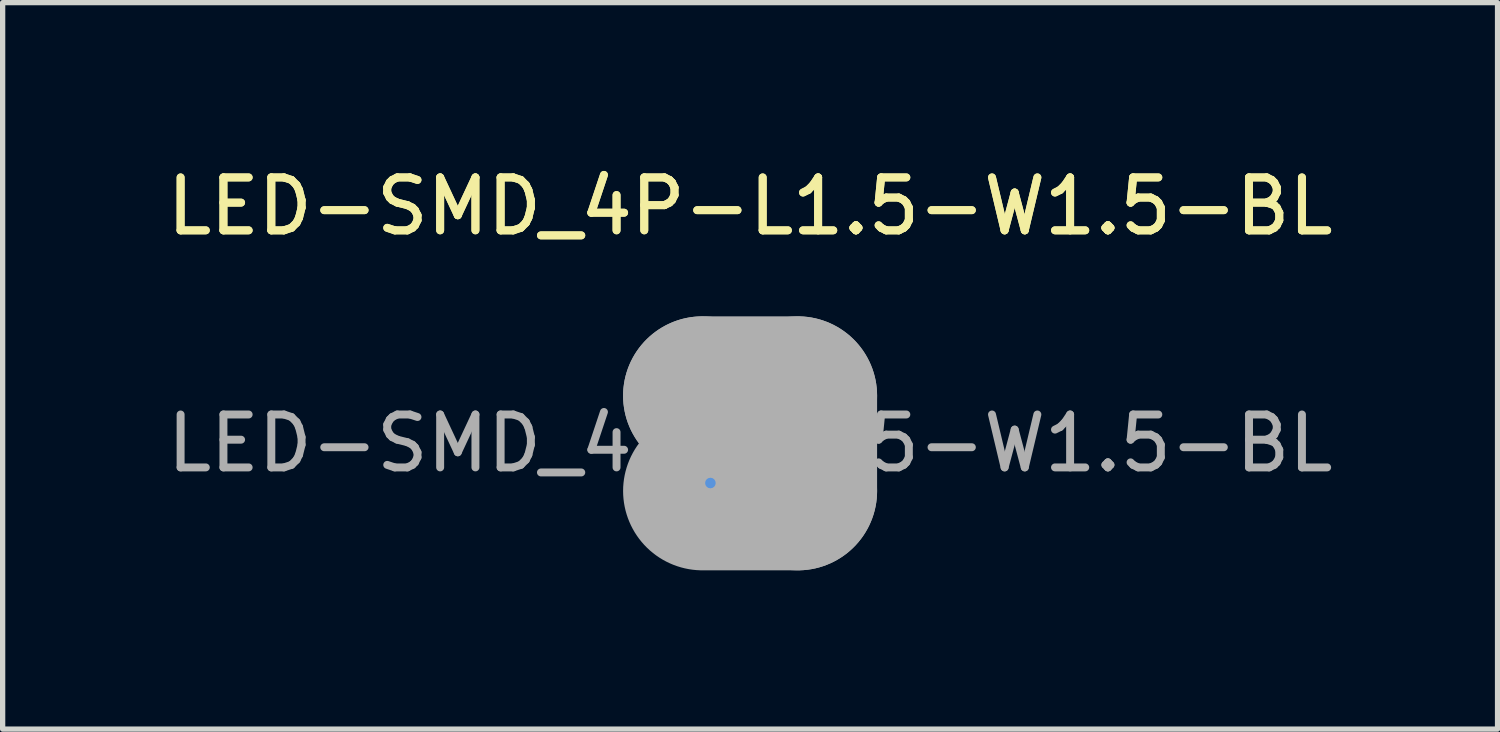
<source format=kicad_pcb>
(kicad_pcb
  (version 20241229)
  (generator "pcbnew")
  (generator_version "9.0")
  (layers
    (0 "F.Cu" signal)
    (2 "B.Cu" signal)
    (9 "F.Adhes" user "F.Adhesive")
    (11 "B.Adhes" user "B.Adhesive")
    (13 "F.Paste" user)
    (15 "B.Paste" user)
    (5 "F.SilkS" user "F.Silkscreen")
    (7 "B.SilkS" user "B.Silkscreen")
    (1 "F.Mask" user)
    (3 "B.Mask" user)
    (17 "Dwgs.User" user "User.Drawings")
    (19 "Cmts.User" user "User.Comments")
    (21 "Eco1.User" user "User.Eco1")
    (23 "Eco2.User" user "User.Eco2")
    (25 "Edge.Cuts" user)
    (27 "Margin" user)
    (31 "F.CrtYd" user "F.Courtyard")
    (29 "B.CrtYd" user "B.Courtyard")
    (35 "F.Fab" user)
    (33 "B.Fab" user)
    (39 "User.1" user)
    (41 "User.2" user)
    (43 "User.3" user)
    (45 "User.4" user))
  (footprint "LED-SMD_4P-L1.5-W1.5-BL"
    (layer "F.Cu")
    (at 11.125 5.328)
    (property "Reference" "LED-SMD_4P-L1.5-W1.5-BL" (at 0 -4.48 0) (layer "F.SilkS") (effects (font (size 1 1) (thickness 0.15))))
    (attr smd)
    (fp_line (start -1.1 0.5) (end -1.1 1.1) (stroke (width 0.13) (type solid)) (layer "F.SilkS"))
    (fp_line (start -1.1 1.1) (end -0.54 1.1) (stroke (width 0.13) (type solid)) (layer "F.SilkS"))
    (fp_circle (center -0.75 0.75) (end -0.7 0.75) (stroke (width 0.1) (type solid)) (fill no) (layer "Cmts.User"))
    (fp_line (start -0.9 -0.9) (end -0.9 -0.9) (stroke (width 3) (type solid)) (layer "F.Fab"))
    (fp_line (start -0.9 -0.9) (end 0.9 -0.9) (stroke (width 3) (type solid)) (layer "F.Fab"))
    (fp_line (start 0.9 -0.9) (end 0.9 0.9) (stroke (width 3) (type solid)) (layer "F.Fab"))
    (fp_line (start 0.9 0.9) (end -0.9 0.9) (stroke (width 3) (type solid)) (layer "F.Fab"))
    (fp_circle (center -0.75 0.75) (end -0.72 0.75) (stroke (width 0.06) (type solid)) (fill no) (layer "F.Fab"))
    (fp_text user "${REFERENCE}" (at 0 -4.48 0) (layer "F.SilkS") (effects (font (size 1 1) (thickness 0.15))))
    (fp_text user "${REFERENCE}" (at 0 0 0) (layer "F.Fab") (effects (font (size 1 1) (thickness 0.15))))
    (pad "1" smd rect (at -0.48 0.47) (size 0.55 0.55) (layers "F.Cu" "F.Mask" "F.Paste"))
    (pad "2" smd rect (at 0.48 0.48) (size 0.55 0.55) (layers "F.Cu" "F.Mask" "F.Paste"))
    (pad "3" smd rect (at 0.48 -0.48) (size 0.55 0.55) (layers "F.Cu" "F.Mask" "F.Paste"))
    (pad "4" smd rect (at -0.48 -0.48) (size 0.55 0.55) (layers "F.Cu" "F.Mask" "F.Paste")))
  (gr_rect
    (start -3 -3)
    (end 25.25 10.728)
    (stroke (width 0.1) (type default))
    (fill no)
    (layer "Edge.Cuts")))
</source>
